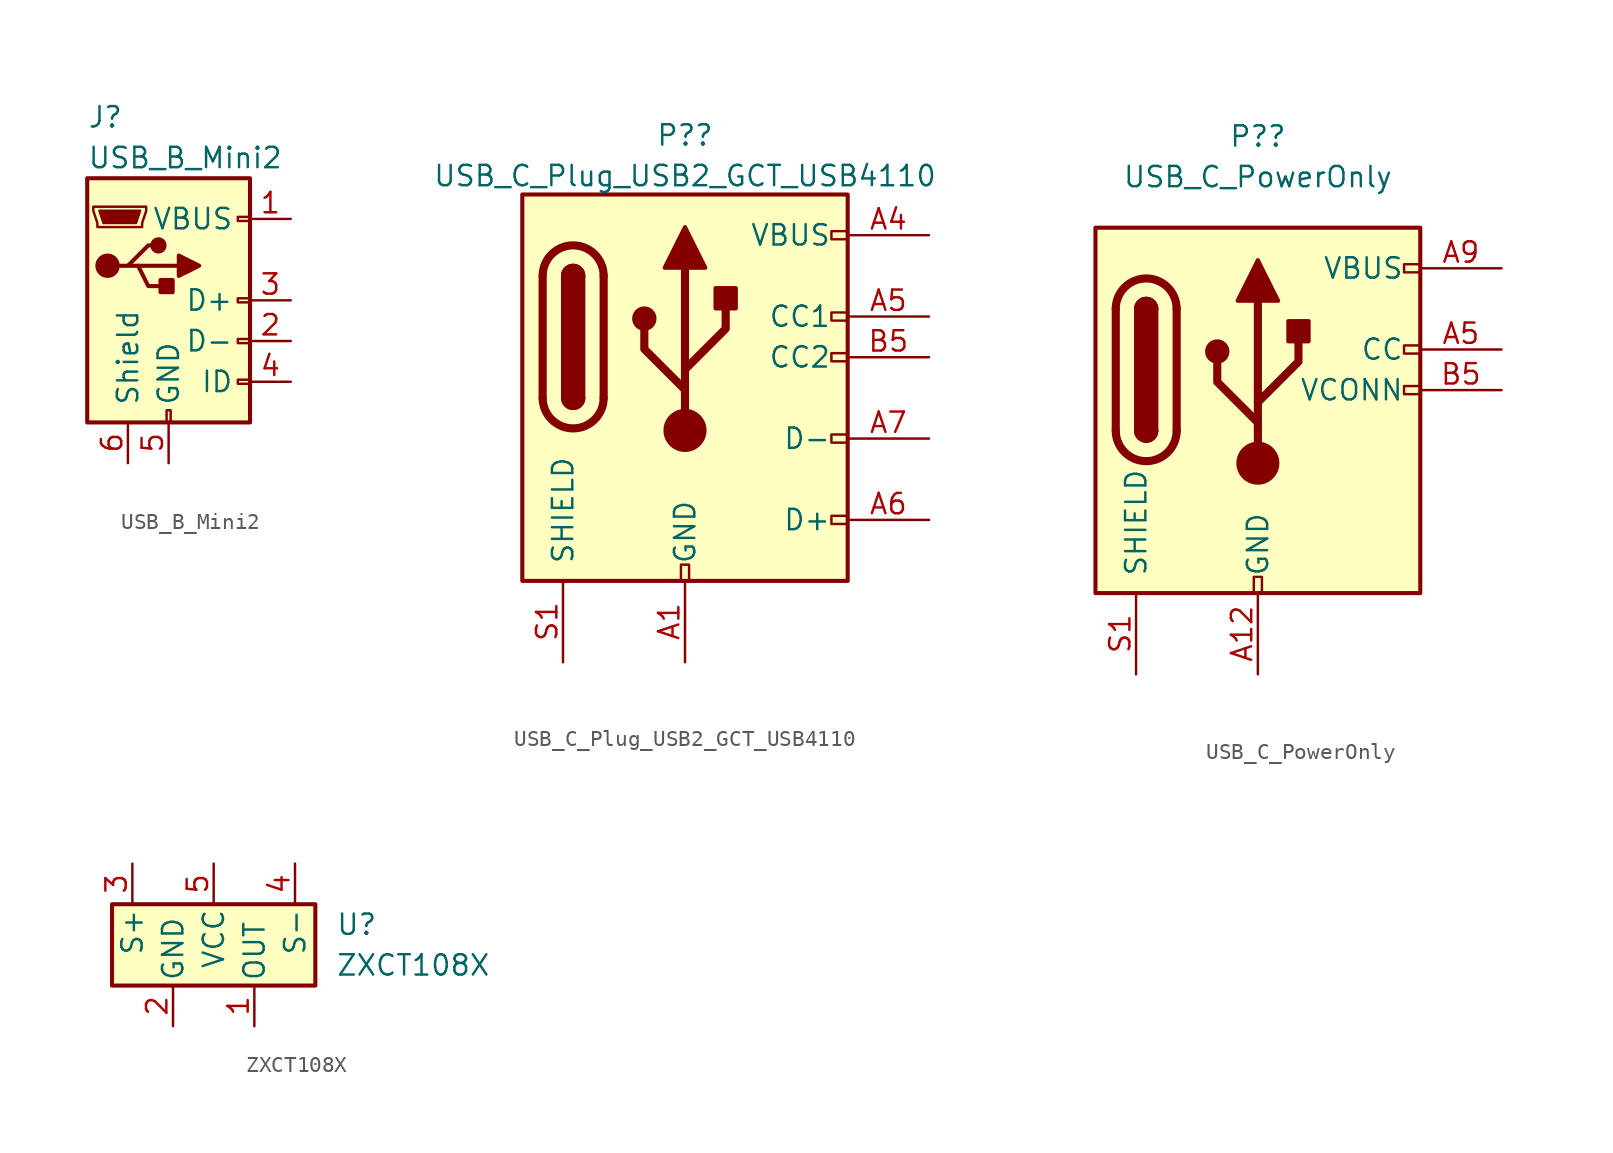
<source format=kicad_sym>
(kicad_symbol_lib
  (version 20231120)
  (generator "kicad_symbol_editor")
  (generator_version "8.0")
  (symbol "USB_B_Mini2"
    (pin_names
      (offset 1.016))
    (property "Reference" "J"
      (at -5.08 11.43 0)
      (effects (font (size 1.27 1.27)) (justify left)))
    (property "Value" "USB_B_Mini2"
      (at -5.08 8.89 0)
      (effects (font (size 1.27 1.27)) (justify left)))
    (symbol "USB_B_Mini2_0_1"
      (rectangle (start -5.08 -7.62) (end 5.08 7.62) (stroke (width 0.254) (type default)) (fill (type background)))
      (circle (center -3.81 2.159) (radius 0.635) (stroke (width 0.254) (type default)) (fill (type outline)))
      (circle (center -0.635 3.429) (radius 0.381) (stroke (width 0.254) (type default)) (fill (type outline)))
      (rectangle (start -0.127 -7.62) (end 0.127 -6.858) (stroke (width 0) (type default)) (fill (type none)))
      (polyline (pts (xy -1.905 2.159) (xy 0.635 2.159)) (stroke (width 0.254) (type default)) (fill (type none)))
      (polyline (pts (xy -3.175 2.159) (xy -2.54 2.159) (xy -1.27 3.429) (xy -0.635 3.429)) (stroke (width 0.254) (type default)) (fill (type none)))
      (polyline (pts (xy -2.54 2.159) (xy -1.905 2.159) (xy -1.27 0.889) (xy 0 0.889)) (stroke (width 0.254) (type default)) (fill (type none)))
      (polyline (pts (xy 0.635 2.794) (xy 0.635 1.524) (xy 1.905 2.159) (xy 0.635 2.794)) (stroke (width 0.254) (type default)) (fill (type outline)))
      (polyline (pts (xy -4.318 5.588) (xy -1.778 5.588) (xy -2.032 4.826) (xy -4.064 4.826) (xy -4.318 5.588)) (stroke (width 0) (type default)) (fill (type outline)))
      (polyline (pts (xy -4.699 5.842) (xy -4.699 5.588) (xy -4.445 4.826) (xy -4.445 4.572) (xy -1.651 4.572) (xy -1.651 4.826) (xy -1.397 5.588) (xy -1.397 5.842) (xy -4.699 5.842)) (stroke (width 0) (type default)) (fill (type none)))
      (rectangle (start 0.254 1.27) (end -0.508 0.508) (stroke (width 0.254) (type default)) (fill (type outline)))
      (rectangle (start 5.08 -5.207) (end 4.318 -4.953) (stroke (width 0) (type default)) (fill (type none)))
      (rectangle (start 5.08 -2.667) (end 4.318 -2.413) (stroke (width 0) (type default)) (fill (type none)))
      (rectangle (start 5.08 -0.127) (end 4.318 0.127) (stroke (width 0) (type default)) (fill (type none)))
      (rectangle (start 5.08 4.953) (end 4.318 5.207) (stroke (width 0) (type default)) (fill (type none))))
    (symbol "USB_B_Mini2_1_1"
      (pin power_out line (at 7.62 5.08 180) (length 2.54) (name "VBUS" (effects (font (size 1.27 1.27)))) (number "1" (effects (font (size 1.27 1.27)))))
      (pin passive line (at 7.62 -2.54 180) (length 2.54) (name "D-" (effects (font (size 1.27 1.27)))) (number "2" (effects (font (size 1.27 1.27)))))
      (pin passive line (at 7.62 0 180) (length 2.54) (name "D+" (effects (font (size 1.27 1.27)))) (number "3" (effects (font (size 1.27 1.27)))))
      (pin passive line (at 7.62 -5.08 180) (length 2.54) (name "ID" (effects (font (size 1.27 1.27)))) (number "4" (effects (font (size 1.27 1.27)))))
      (pin power_out line (at 0 -10.16 90) (length 2.54) (name "GND" (effects (font (size 1.27 1.27)))) (number "5" (effects (font (size 1.27 1.27)))))
      (pin passive line (at -2.54 -10.16 90) (length 2.54) (name "Shield" (effects (font (size 1.27 1.27)))) (number "6" (effects (font (size 1.27 1.27)))))))
  (symbol "USB_C_Plug_USB2_GCT_USB4110"
    (pin_names
      (offset 1.016))
    (property "Reference" "P?"
      (at 0 21.48 0)
      (effects (font (size 1.27 1.27))))
    (property "Value" "USB_C_Plug_USB2_GCT_USB4110"
      (at 0 18.943 0)
      (effects (font (size 1.27 1.27))))
    (symbol "USB_C_Plug_USB2_GCT_USB4110_0_0"
      (rectangle (start -0.254 -6.35) (end 0.254 -5.334) (stroke (width 0) (type default)) (fill (type none)))
      (rectangle (start 10.16 -2.286) (end 9.144 -2.794) (stroke (width 0) (type default)) (fill (type none)))
      (rectangle (start 10.16 2.794) (end 9.144 2.286) (stroke (width 0) (type default)) (fill (type none)))
      (rectangle (start 10.16 7.874) (end 9.144 7.366) (stroke (width 0) (type default)) (fill (type none)))
      (rectangle (start 10.16 10.414) (end 9.144 9.906) (stroke (width 0) (type default)) (fill (type none)))
      (rectangle (start 10.16 15.494) (end 9.144 14.986) (stroke (width 0) (type default)) (fill (type none))))
    (symbol "USB_C_Plug_USB2_GCT_USB4110_0_1"
      (rectangle (start -10.16 17.78) (end 10.16 -6.35) (stroke (width 0.254) (type default)) (fill (type background)))
      (arc (start -8.89 5.08) (mid -6.985 3.1833) (end -5.08 5.08) (stroke (width 0.508) (type default)) (fill (type none)))
      (arc (start -7.62 5.08) (mid -6.985 4.4477) (end -6.35 5.08) (stroke (width 0.254) (type default)) (fill (type none)))
      (arc (start -7.62 5.08) (mid -6.985 4.4477) (end -6.35 5.08) (stroke (width 0.254) (type default)) (fill (type outline)))
      (rectangle (start -7.62 5.08) (end -6.35 12.7) (stroke (width 0.254) (type default)) (fill (type outline)))
      (arc (start -6.35 12.7) (mid -6.985 13.3323) (end -7.62 12.7) (stroke (width 0.254) (type default)) (fill (type none)))
      (arc (start -6.35 12.7) (mid -6.985 13.3323) (end -7.62 12.7) (stroke (width 0.254) (type default)) (fill (type outline)))
      (arc (start -5.08 12.7) (mid -6.985 14.5967) (end -8.89 12.7) (stroke (width 0.508) (type default)) (fill (type none)))
      (circle (center -2.54 10.033) (radius 0.635) (stroke (width 0.254) (type default)) (fill (type outline)))
      (polyline (pts (xy -8.89 5.08) (xy -8.89 12.7)) (stroke (width 0.508) (type default)) (fill (type none)))
      (polyline (pts (xy -5.08 12.7) (xy -5.08 5.08)) (stroke (width 0.508) (type default)) (fill (type none)))
      (polyline (pts (xy 0 3.048) (xy 0 13.208)) (stroke (width 0.508) (type default)) (fill (type none)))
      (polyline (pts (xy 0 5.588) (xy -2.54 8.128) (xy -2.54 9.398)) (stroke (width 0.508) (type default)) (fill (type none)))
      (polyline (pts (xy 0 6.858) (xy 2.54 9.398) (xy 2.54 10.668)) (stroke (width 0.508) (type default)) (fill (type none)))
      (polyline (pts (xy -1.27 13.208) (xy 0 15.748) (xy 1.27 13.208) (xy -1.27 13.208)) (stroke (width 0.254) (type default)) (fill (type outline)))
      (circle (center 0 3.048) (radius 1.27) (stroke (width 0) (type default)) (fill (type outline)))
      (rectangle (start 1.905 10.668) (end 3.175 11.938) (stroke (width 0.254) (type default)) (fill (type outline))))
    (symbol "USB_C_Plug_USB2_GCT_USB4110_1_1"
      (pin passive line (at 0 -11.43 90) (length 5.08) (name "GND" (effects (font (size 1.27 1.27)))) (number "A1" (effects (font (size 1.27 1.27)))))
      (pin passive line (at 0 -11.43 90) (length 5.08) hide (name "GND" (effects (font (size 1.27 1.27)))) (number "A12" (effects (font (size 1.27 1.27)))))
      (pin passive line (at 15.24 15.24 180) (length 5.08) (name "VBUS" (effects (font (size 1.27 1.27)))) (number "A4" (effects (font (size 1.27 1.27)))))
      (pin bidirectional line (at 15.24 10.16 180) (length 5.08) (name "CC1" (effects (font (size 1.27 1.27)))) (number "A5" (effects (font (size 1.27 1.27)))))
      (pin bidirectional line (at 15.24 -2.54 180) (length 5.08) (name "D+" (effects (font (size 1.27 1.27)))) (number "A6" (effects (font (size 1.27 1.27)))))
      (pin bidirectional line (at 15.24 2.54 180) (length 5.08) (name "D-" (effects (font (size 1.27 1.27)))) (number "A7" (effects (font (size 1.27 1.27)))))
      (pin no_connect line (at 15.24 -5.08 180) (length 5.08) hide (name "SBU1" (effects (font (size 1.27 1.27)))) (number "A8" (effects (font (size 1.27 1.27)))))
      (pin passive line (at 15.24 15.24 180) (length 5.08) hide (name "VBUS" (effects (font (size 1.27 1.27)))) (number "A9" (effects (font (size 1.27 1.27)))))
      (pin bidirectional line (at 15.24 7.62 180) (length 5.08) (name "CC2" (effects (font (size 1.27 1.27)))) (number "B5" (effects (font (size 1.27 1.27)))))
      (pin bidirectional line (at 15.24 -2.54 180) (length 5.08) hide (name "D+" (effects (font (size 1.27 1.27)))) (number "B6" (effects (font (size 1.27 1.27)))))
      (pin bidirectional line (at 15.24 2.54 180) (length 5.08) hide (name "D-" (effects (font (size 1.27 1.27)))) (number "B7" (effects (font (size 1.27 1.27)))))
      (pin no_connect line (at 15.24 -5.08 180) (length 5.08) hide (name "SBU2" (effects (font (size 1.27 1.27)))) (number "B8" (effects (font (size 1.27 1.27)))))
      (pin passive line (at -7.62 -11.43 90) (length 5.08) (name "SHIELD" (effects (font (size 1.27 1.27)))) (number "S1" (effects (font (size 1.27 1.27)))))))
  (symbol "USB_C_PowerOnly"
    (pin_names
      (offset 1.016))
    (property "Reference" "P?"
      (at 0 23.495 0)
      (effects (font (size 1.27 1.27))))
    (property "Value" "USB_C_PowerOnly"
      (at 0 20.955 0)
      (effects (font (size 1.27 1.27))))
    (symbol "USB_C_PowerOnly_0_0"
      (rectangle (start -0.254 -5.08) (end 0.254 -4.064) (stroke (width 0) (type default)) (fill (type none)))
      (rectangle (start 10.16 7.874) (end 9.144 7.366) (stroke (width 0) (type default)) (fill (type none)))
      (rectangle (start 10.16 10.414) (end 9.144 9.906) (stroke (width 0) (type default)) (fill (type none)))
      (rectangle (start 10.16 15.494) (end 9.144 14.986) (stroke (width 0) (type default)) (fill (type none))))
    (symbol "USB_C_PowerOnly_0_1"
      (rectangle (start -10.16 17.78) (end 10.16 -5.08) (stroke (width 0.254) (type default)) (fill (type background)))
      (arc (start -8.89 5.08) (mid -6.985 3.1833) (end -5.08 5.08) (stroke (width 0.508) (type default)) (fill (type none)))
      (arc (start -7.62 5.08) (mid -6.985 4.4477) (end -6.35 5.08) (stroke (width 0.254) (type default)) (fill (type none)))
      (arc (start -7.62 5.08) (mid -6.985 4.4477) (end -6.35 5.08) (stroke (width 0.254) (type default)) (fill (type outline)))
      (rectangle (start -7.62 5.08) (end -6.35 12.7) (stroke (width 0.254) (type default)) (fill (type outline)))
      (arc (start -6.35 12.7) (mid -6.985 13.3323) (end -7.62 12.7) (stroke (width 0.254) (type default)) (fill (type none)))
      (arc (start -6.35 12.7) (mid -6.985 13.3323) (end -7.62 12.7) (stroke (width 0.254) (type default)) (fill (type outline)))
      (arc (start -5.08 12.7) (mid -6.985 14.5967) (end -8.89 12.7) (stroke (width 0.508) (type default)) (fill (type none)))
      (circle (center -2.54 10.033) (radius 0.635) (stroke (width 0.254) (type default)) (fill (type outline)))
      (polyline (pts (xy -8.89 5.08) (xy -8.89 12.7)) (stroke (width 0.508) (type default)) (fill (type none)))
      (polyline (pts (xy -5.08 12.7) (xy -5.08 5.08)) (stroke (width 0.508) (type default)) (fill (type none)))
      (polyline (pts (xy 0 3.048) (xy 0 13.208)) (stroke (width 0.508) (type default)) (fill (type none)))
      (polyline (pts (xy 0 5.588) (xy -2.54 8.128) (xy -2.54 9.398)) (stroke (width 0.508) (type default)) (fill (type none)))
      (polyline (pts (xy 0 6.858) (xy 2.54 9.398) (xy 2.54 10.668)) (stroke (width 0.508) (type default)) (fill (type none)))
      (polyline (pts (xy -1.27 13.208) (xy 0 15.748) (xy 1.27 13.208) (xy -1.27 13.208)) (stroke (width 0.254) (type default)) (fill (type outline)))
      (circle (center 0 3.048) (radius 1.27) (stroke (width 0) (type default)) (fill (type outline)))
      (rectangle (start 1.905 10.668) (end 3.175 11.938) (stroke (width 0.254) (type default)) (fill (type outline))))
    (symbol "USB_C_PowerOnly_1_1"
      (pin passive line (at 0 -10.16 90) (length 5.08) (name "GND" (effects (font (size 1.27 1.27)))) (number "A12" (effects (font (size 1.27 1.27)))))
      (pin bidirectional line (at 15.24 10.16 180) (length 5.08) (name "CC" (effects (font (size 1.27 1.27)))) (number "A5" (effects (font (size 1.27 1.27)))))
      (pin passive line (at 15.24 15.24 180) (length 5.08) (name "VBUS" (effects (font (size 1.27 1.27)))) (number "A9" (effects (font (size 1.27 1.27)))))
      (pin passive line (at 0 -10.16 90) (length 5.08) hide (name "GND" (effects (font (size 1.27 1.27)))) (number "B12" (effects (font (size 1.27 1.27)))))
      (pin bidirectional line (at 15.24 7.62 180) (length 5.08) (name "VCONN" (effects (font (size 1.27 1.27)))) (number "B5" (effects (font (size 1.27 1.27)))))
      (pin passive line (at 15.24 15.24 180) (length 5.08) hide (name "VBUS" (effects (font (size 1.27 1.27)))) (number "B9" (effects (font (size 1.27 1.27)))))
      (pin passive line (at -7.62 -10.16 90) (length 5.08) (name "SHIELD" (effects (font (size 1.27 1.27)))) (number "S1" (effects (font (size 1.27 1.27)))))))
  (symbol "ZXCT108X"
    (pin_names
      (offset 0.254))
    (property "Reference" "U"
      (at 7.62 1.27 0)
      (effects (font (size 1.27 1.27)) (justify left)))
    (property "Value" "ZXCT108X"
      (at 7.62 -1.27 0)
      (effects (font (size 1.27 1.27)) (justify left)))
    (symbol "ZXCT108X_0_1"
      (rectangle (start -6.35 2.54) (end 6.35 -2.54) (stroke (width 0.254) (type default)) (fill (type background))))
    (symbol "ZXCT108X_1_1"
      (pin output line (at 2.54 -5.08 90) (length 2.54) (name "OUT" (effects (font (size 1.27 1.27)))) (number "1" (effects (font (size 1.27 1.27)))))
      (pin power_in line (at -2.54 -5.08 90) (length 2.54) (name "GND" (effects (font (size 1.27 1.27)))) (number "2" (effects (font (size 1.27 1.27)))))
      (pin input line (at -5.08 5.08 270) (length 2.54) (name "S+" (effects (font (size 1.27 1.27)))) (number "3" (effects (font (size 1.27 1.27)))))
      (pin input line (at 5.08 5.08 270) (length 2.54) (name "S-" (effects (font (size 1.27 1.27)))) (number "4" (effects (font (size 1.27 1.27)))))
      (pin power_in line (at 0 5.08 270) (length 2.54) (name "VCC" (effects (font (size 1.27 1.27)))) (number "5" (effects (font (size 1.27 1.27))))))))
</source>
